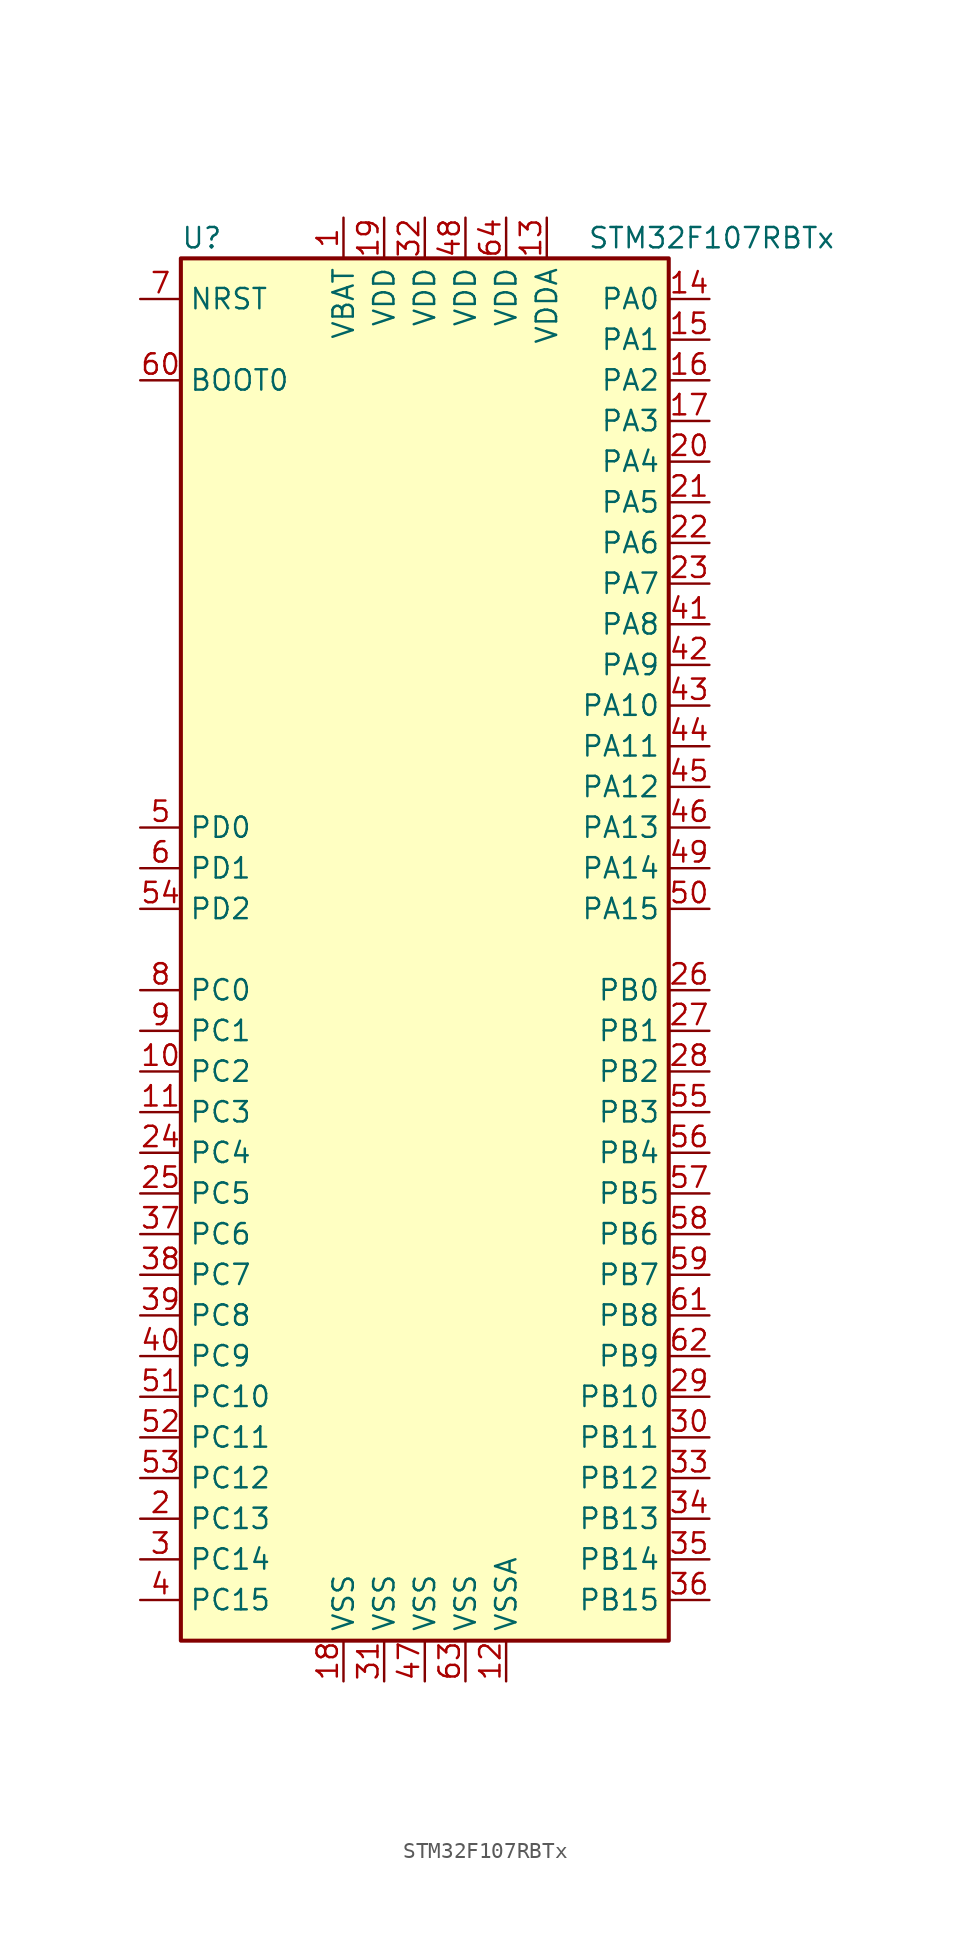
<source format=kicad_sym>
(kicad_symbol_lib
  (version 20201005)
  (generator kicad_symbol_editor)
  (symbol "MCU_ST_STM32F1:STM32F107RBTx"
    (property "Reference" "U"
      (at -15.24 44.45 0)
      (effects (font (size 1.27 1.27)) (justify left)))
    (property "Value" "STM32F107RBTx"
      (at 10.16 44.45 0)
      (effects (font (size 1.27 1.27)) (justify left)))
    (symbol "STM32F107RBTx_0_1"
      (rectangle (start -15.24 -43.18) (end 15.24 43.18) (stroke (width 0.254)) (fill (type background))))
    (symbol "STM32F107RBTx_1_1"
      (pin input line (at -17.78 35.56 0) (length 2.54) (name "BOOT0" (effects (font (size 1.27 1.27)))) (number "60" (effects (font (size 1.27 1.27)))))
      (pin input line (at -17.78 40.64 0) (length 2.54) (name "NRST" (effects (font (size 1.27 1.27)))) (number "7" (effects (font (size 1.27 1.27)))))
      (pin bidirectional line (at 17.78 40.64 180) (length 2.54) (name "PA0" (effects (font (size 1.27 1.27)))) (number "14" (effects (font (size 1.27 1.27)))))
      (pin bidirectional line (at 17.78 38.1 180) (length 2.54) (name "PA1" (effects (font (size 1.27 1.27)))) (number "15" (effects (font (size 1.27 1.27)))))
      (pin bidirectional line (at 17.78 15.24 180) (length 2.54) (name "PA10" (effects (font (size 1.27 1.27)))) (number "43" (effects (font (size 1.27 1.27)))))
      (pin bidirectional line (at 17.78 12.7 180) (length 2.54) (name "PA11" (effects (font (size 1.27 1.27)))) (number "44" (effects (font (size 1.27 1.27)))))
      (pin bidirectional line (at 17.78 10.16 180) (length 2.54) (name "PA12" (effects (font (size 1.27 1.27)))) (number "45" (effects (font (size 1.27 1.27)))))
      (pin bidirectional line (at 17.78 7.62 180) (length 2.54) (name "PA13" (effects (font (size 1.27 1.27)))) (number "46" (effects (font (size 1.27 1.27)))))
      (pin bidirectional line (at 17.78 5.08 180) (length 2.54) (name "PA14" (effects (font (size 1.27 1.27)))) (number "49" (effects (font (size 1.27 1.27)))))
      (pin bidirectional line (at 17.78 2.54 180) (length 2.54) (name "PA15" (effects (font (size 1.27 1.27)))) (number "50" (effects (font (size 1.27 1.27)))))
      (pin bidirectional line (at 17.78 35.56 180) (length 2.54) (name "PA2" (effects (font (size 1.27 1.27)))) (number "16" (effects (font (size 1.27 1.27)))))
      (pin bidirectional line (at 17.78 33.02 180) (length 2.54) (name "PA3" (effects (font (size 1.27 1.27)))) (number "17" (effects (font (size 1.27 1.27)))))
      (pin bidirectional line (at 17.78 30.48 180) (length 2.54) (name "PA4" (effects (font (size 1.27 1.27)))) (number "20" (effects (font (size 1.27 1.27)))))
      (pin bidirectional line (at 17.78 27.94 180) (length 2.54) (name "PA5" (effects (font (size 1.27 1.27)))) (number "21" (effects (font (size 1.27 1.27)))))
      (pin bidirectional line (at 17.78 25.4 180) (length 2.54) (name "PA6" (effects (font (size 1.27 1.27)))) (number "22" (effects (font (size 1.27 1.27)))))
      (pin bidirectional line (at 17.78 22.86 180) (length 2.54) (name "PA7" (effects (font (size 1.27 1.27)))) (number "23" (effects (font (size 1.27 1.27)))))
      (pin bidirectional line (at 17.78 20.32 180) (length 2.54) (name "PA8" (effects (font (size 1.27 1.27)))) (number "41" (effects (font (size 1.27 1.27)))))
      (pin bidirectional line (at 17.78 17.78 180) (length 2.54) (name "PA9" (effects (font (size 1.27 1.27)))) (number "42" (effects (font (size 1.27 1.27)))))
      (pin bidirectional line (at 17.78 -2.54 180) (length 2.54) (name "PB0" (effects (font (size 1.27 1.27)))) (number "26" (effects (font (size 1.27 1.27)))))
      (pin bidirectional line (at 17.78 -5.08 180) (length 2.54) (name "PB1" (effects (font (size 1.27 1.27)))) (number "27" (effects (font (size 1.27 1.27)))))
      (pin bidirectional line (at 17.78 -27.94 180) (length 2.54) (name "PB10" (effects (font (size 1.27 1.27)))) (number "29" (effects (font (size 1.27 1.27)))))
      (pin bidirectional line (at 17.78 -30.48 180) (length 2.54) (name "PB11" (effects (font (size 1.27 1.27)))) (number "30" (effects (font (size 1.27 1.27)))))
      (pin bidirectional line (at 17.78 -33.02 180) (length 2.54) (name "PB12" (effects (font (size 1.27 1.27)))) (number "33" (effects (font (size 1.27 1.27)))))
      (pin bidirectional line (at 17.78 -35.56 180) (length 2.54) (name "PB13" (effects (font (size 1.27 1.27)))) (number "34" (effects (font (size 1.27 1.27)))))
      (pin bidirectional line (at 17.78 -38.1 180) (length 2.54) (name "PB14" (effects (font (size 1.27 1.27)))) (number "35" (effects (font (size 1.27 1.27)))))
      (pin bidirectional line (at 17.78 -40.64 180) (length 2.54) (name "PB15" (effects (font (size 1.27 1.27)))) (number "36" (effects (font (size 1.27 1.27)))))
      (pin bidirectional line (at 17.78 -7.62 180) (length 2.54) (name "PB2" (effects (font (size 1.27 1.27)))) (number "28" (effects (font (size 1.27 1.27)))))
      (pin bidirectional line (at 17.78 -10.16 180) (length 2.54) (name "PB3" (effects (font (size 1.27 1.27)))) (number "55" (effects (font (size 1.27 1.27)))))
      (pin bidirectional line (at 17.78 -12.7 180) (length 2.54) (name "PB4" (effects (font (size 1.27 1.27)))) (number "56" (effects (font (size 1.27 1.27)))))
      (pin bidirectional line (at 17.78 -15.24 180) (length 2.54) (name "PB5" (effects (font (size 1.27 1.27)))) (number "57" (effects (font (size 1.27 1.27)))))
      (pin bidirectional line (at 17.78 -17.78 180) (length 2.54) (name "PB6" (effects (font (size 1.27 1.27)))) (number "58" (effects (font (size 1.27 1.27)))))
      (pin bidirectional line (at 17.78 -20.32 180) (length 2.54) (name "PB7" (effects (font (size 1.27 1.27)))) (number "59" (effects (font (size 1.27 1.27)))))
      (pin bidirectional line (at 17.78 -22.86 180) (length 2.54) (name "PB8" (effects (font (size 1.27 1.27)))) (number "61" (effects (font (size 1.27 1.27)))))
      (pin bidirectional line (at 17.78 -25.4 180) (length 2.54) (name "PB9" (effects (font (size 1.27 1.27)))) (number "62" (effects (font (size 1.27 1.27)))))
      (pin bidirectional line (at -17.78 -2.54 0) (length 2.54) (name "PC0" (effects (font (size 1.27 1.27)))) (number "8" (effects (font (size 1.27 1.27)))))
      (pin bidirectional line (at -17.78 -5.08 0) (length 2.54) (name "PC1" (effects (font (size 1.27 1.27)))) (number "9" (effects (font (size 1.27 1.27)))))
      (pin bidirectional line (at -17.78 -27.94 0) (length 2.54) (name "PC10" (effects (font (size 1.27 1.27)))) (number "51" (effects (font (size 1.27 1.27)))))
      (pin bidirectional line (at -17.78 -30.48 0) (length 2.54) (name "PC11" (effects (font (size 1.27 1.27)))) (number "52" (effects (font (size 1.27 1.27)))))
      (pin bidirectional line (at -17.78 -33.02 0) (length 2.54) (name "PC12" (effects (font (size 1.27 1.27)))) (number "53" (effects (font (size 1.27 1.27)))))
      (pin bidirectional line (at -17.78 -35.56 0) (length 2.54) (name "PC13" (effects (font (size 1.27 1.27)))) (number "2" (effects (font (size 1.27 1.27)))))
      (pin bidirectional line (at -17.78 -38.1 0) (length 2.54) (name "PC14" (effects (font (size 1.27 1.27)))) (number "3" (effects (font (size 1.27 1.27)))))
      (pin bidirectional line (at -17.78 -40.64 0) (length 2.54) (name "PC15" (effects (font (size 1.27 1.27)))) (number "4" (effects (font (size 1.27 1.27)))))
      (pin bidirectional line (at -17.78 -7.62 0) (length 2.54) (name "PC2" (effects (font (size 1.27 1.27)))) (number "10" (effects (font (size 1.27 1.27)))))
      (pin bidirectional line (at -17.78 -10.16 0) (length 2.54) (name "PC3" (effects (font (size 1.27 1.27)))) (number "11" (effects (font (size 1.27 1.27)))))
      (pin bidirectional line (at -17.78 -12.7 0) (length 2.54) (name "PC4" (effects (font (size 1.27 1.27)))) (number "24" (effects (font (size 1.27 1.27)))))
      (pin bidirectional line (at -17.78 -15.24 0) (length 2.54) (name "PC5" (effects (font (size 1.27 1.27)))) (number "25" (effects (font (size 1.27 1.27)))))
      (pin bidirectional line (at -17.78 -17.78 0) (length 2.54) (name "PC6" (effects (font (size 1.27 1.27)))) (number "37" (effects (font (size 1.27 1.27)))))
      (pin bidirectional line (at -17.78 -20.32 0) (length 2.54) (name "PC7" (effects (font (size 1.27 1.27)))) (number "38" (effects (font (size 1.27 1.27)))))
      (pin bidirectional line (at -17.78 -22.86 0) (length 2.54) (name "PC8" (effects (font (size 1.27 1.27)))) (number "39" (effects (font (size 1.27 1.27)))))
      (pin bidirectional line (at -17.78 -25.4 0) (length 2.54) (name "PC9" (effects (font (size 1.27 1.27)))) (number "40" (effects (font (size 1.27 1.27)))))
      (pin input line (at -17.78 7.62 0) (length 2.54) (name "PD0" (effects (font (size 1.27 1.27)))) (number "5" (effects (font (size 1.27 1.27)))))
      (pin input line (at -17.78 5.08 0) (length 2.54) (name "PD1" (effects (font (size 1.27 1.27)))) (number "6" (effects (font (size 1.27 1.27)))))
      (pin bidirectional line (at -17.78 2.54 0) (length 2.54) (name "PD2" (effects (font (size 1.27 1.27)))) (number "54" (effects (font (size 1.27 1.27)))))
      (pin power_in line (at -5.08 45.72 270) (length 2.54) (name "VBAT" (effects (font (size 1.27 1.27)))) (number "1" (effects (font (size 1.27 1.27)))))
      (pin power_in line (at -2.54 45.72 270) (length 2.54) (name "VDD" (effects (font (size 1.27 1.27)))) (number "19" (effects (font (size 1.27 1.27)))))
      (pin power_in line (at 0 45.72 270) (length 2.54) (name "VDD" (effects (font (size 1.27 1.27)))) (number "32" (effects (font (size 1.27 1.27)))))
      (pin power_in line (at 2.54 45.72 270) (length 2.54) (name "VDD" (effects (font (size 1.27 1.27)))) (number "48" (effects (font (size 1.27 1.27)))))
      (pin power_in line (at 5.08 45.72 270) (length 2.54) (name "VDD" (effects (font (size 1.27 1.27)))) (number "64" (effects (font (size 1.27 1.27)))))
      (pin power_in line (at 7.62 45.72 270) (length 2.54) (name "VDDA" (effects (font (size 1.27 1.27)))) (number "13" (effects (font (size 1.27 1.27)))))
      (pin power_in line (at -5.08 -45.72 90) (length 2.54) (name "VSS" (effects (font (size 1.27 1.27)))) (number "18" (effects (font (size 1.27 1.27)))))
      (pin power_in line (at -2.54 -45.72 90) (length 2.54) (name "VSS" (effects (font (size 1.27 1.27)))) (number "31" (effects (font (size 1.27 1.27)))))
      (pin power_in line (at 0 -45.72 90) (length 2.54) (name "VSS" (effects (font (size 1.27 1.27)))) (number "47" (effects (font (size 1.27 1.27)))))
      (pin power_in line (at 2.54 -45.72 90) (length 2.54) (name "VSS" (effects (font (size 1.27 1.27)))) (number "63" (effects (font (size 1.27 1.27)))))
      (pin power_in line (at 5.08 -45.72 90) (length 2.54) (name "VSSA" (effects (font (size 1.27 1.27)))) (number "12" (effects (font (size 1.27 1.27))))))))
</source>
